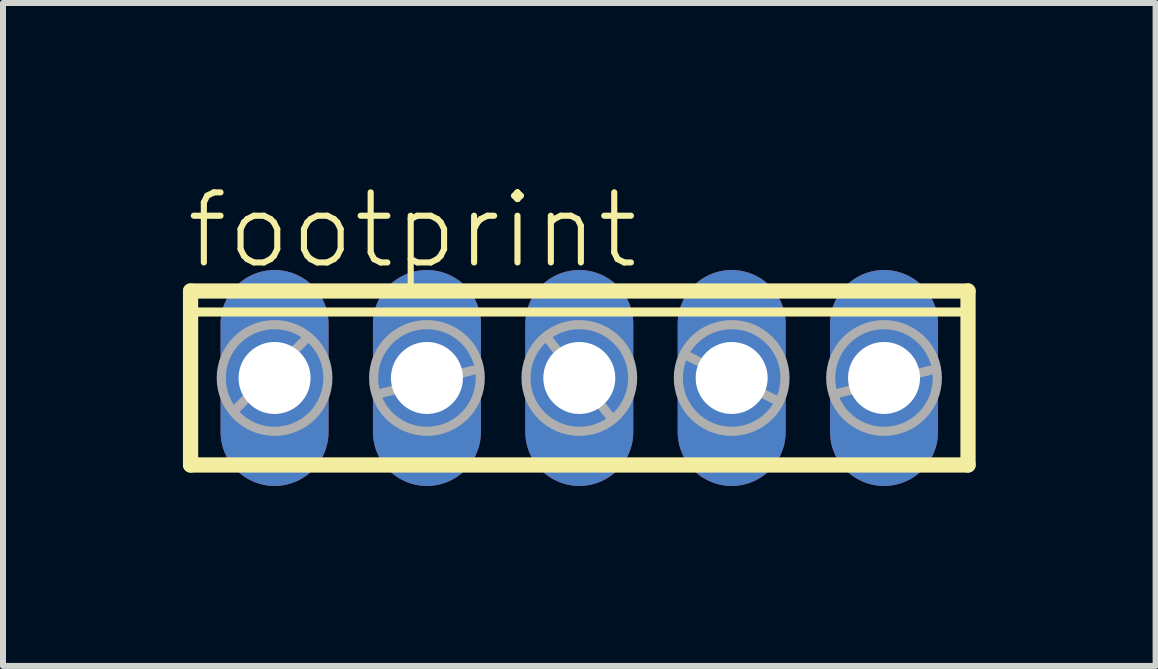
<source format=kicad_pcb>
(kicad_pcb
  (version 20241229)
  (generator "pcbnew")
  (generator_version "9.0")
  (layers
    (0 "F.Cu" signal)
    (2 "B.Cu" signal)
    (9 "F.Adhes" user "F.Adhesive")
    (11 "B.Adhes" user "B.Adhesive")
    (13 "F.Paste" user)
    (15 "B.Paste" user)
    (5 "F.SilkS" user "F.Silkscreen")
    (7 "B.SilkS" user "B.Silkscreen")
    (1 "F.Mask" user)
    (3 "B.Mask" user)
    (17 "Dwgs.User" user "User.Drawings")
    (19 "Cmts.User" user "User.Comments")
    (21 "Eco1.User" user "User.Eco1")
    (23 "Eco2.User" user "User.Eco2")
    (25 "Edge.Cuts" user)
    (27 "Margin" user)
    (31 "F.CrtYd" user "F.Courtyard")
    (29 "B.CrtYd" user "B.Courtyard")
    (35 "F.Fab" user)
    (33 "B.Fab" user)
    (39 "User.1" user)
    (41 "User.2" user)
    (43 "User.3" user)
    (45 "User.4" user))
  (footprint "footprint"
    (layer "F.Cu")
    (at 6.607 3.251)
    (property "Reference" "footprint" (at -6.604 -1.778 0) (layer "F.SilkS") (effects (font (size 1.168 1.168) (thickness 0.102)) (justify left bottom)))
    (fp_line (start -6.48 -1.45) (end -6.48 1.45) (stroke (width 0.254) (type solid)) (layer "F.SilkS"))
    (fp_line (start -6.48 1.45) (end 6.48 1.45) (stroke (width 0.254) (type solid)) (layer "F.SilkS"))
    (fp_line (start -6.37 -1.1) (end 6.37 -1.1) (stroke (width 0.152) (type solid)) (layer "F.SilkS"))
    (fp_line (start 6.48 -1.45) (end -6.48 -1.45) (stroke (width 0.254) (type solid)) (layer "F.SilkS"))
    (fp_line (start 6.48 1.45) (end 6.48 -1.45) (stroke (width 0.254) (type solid)) (layer "F.SilkS"))
    (fp_line (start -5.715 0.508) (end -4.572 -0.635) (stroke (width 0.152) (type solid)) (layer "F.Fab"))
    (fp_line (start -3.302 0.254) (end -1.778 -0.127) (stroke (width 0.152) (type solid)) (layer "F.Fab"))
    (fp_line (start -0.508 -0.635) (end 0.508 0.635) (stroke (width 0.152) (type solid)) (layer "F.Fab"))
    (fp_line (start 1.778 -0.381) (end 3.302 0.381) (stroke (width 0.152) (type solid)) (layer "F.Fab"))
    (fp_line (start 4.318 0.254) (end 5.842 -0.127) (stroke (width 0.152) (type solid)) (layer "F.Fab"))
    (fp_circle (center -5.08 0) (end -4.191 0) (stroke (width 0.152) (type solid)) (fill no) (layer "F.Fab"))
    (fp_circle (center -2.54 0) (end -1.651 0) (stroke (width 0.152) (type solid)) (fill no) (layer "F.Fab"))
    (fp_circle (center 0 0) (end 0.889 0) (stroke (width 0.152) (type solid)) (fill no) (layer "F.Fab"))
    (fp_circle (center 2.54 0) (end 3.429 0) (stroke (width 0.152) (type solid)) (fill no) (layer "F.Fab"))
    (fp_circle (center 5.08 0) (end 5.969 0) (stroke (width 0.152) (type solid)) (fill no) (layer "F.Fab"))
    (pad "1" thru_hole oval (at -5.08 0 90) (size 3.6 1.8) (drill 1.2) (layers "*.Cu" "*.Mask"))
    (pad "2" thru_hole oval (at -2.54 0 90) (size 3.6 1.8) (drill 1.2) (layers "*.Cu" "*.Mask"))
    (pad "3" thru_hole oval (at 0 0 90) (size 3.6 1.8) (drill 1.2) (layers "*.Cu" "*.Mask"))
    (pad "4" thru_hole oval (at 2.54 0 90) (size 3.6 1.8) (drill 1.2) (layers "*.Cu" "*.Mask"))
    (pad "5" thru_hole oval (at 5.08 0 90) (size 3.6 1.8) (drill 1.2) (layers "*.Cu" "*.Mask")))
  (gr_rect
    (start -3 -3)
    (end 16.214 8.051)
    (stroke (width 0.1) (type default))
    (fill no)
    (layer "Edge.Cuts")))
</source>
